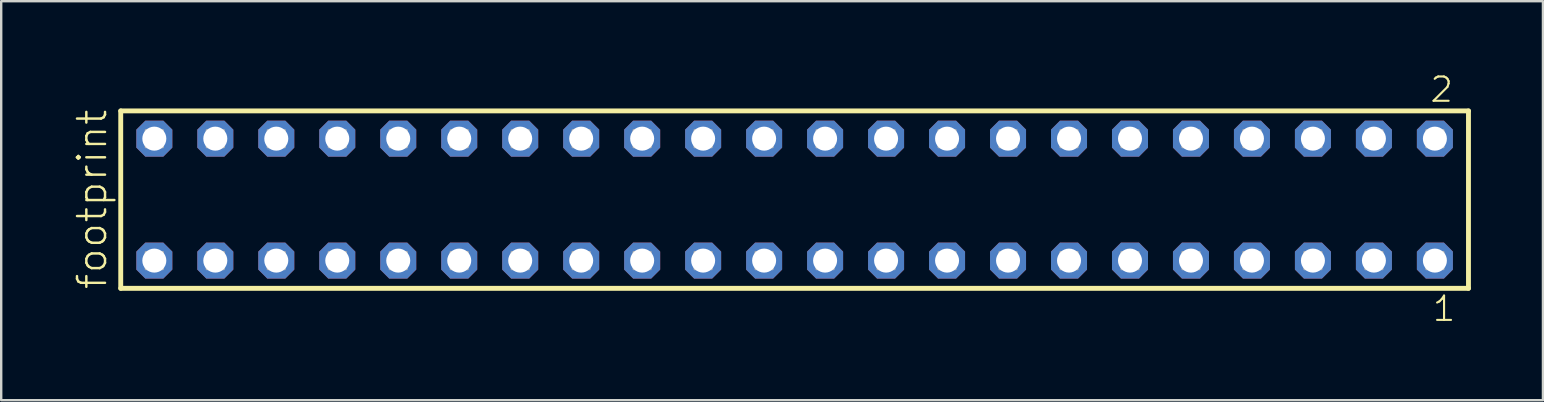
<source format=kicad_pcb>
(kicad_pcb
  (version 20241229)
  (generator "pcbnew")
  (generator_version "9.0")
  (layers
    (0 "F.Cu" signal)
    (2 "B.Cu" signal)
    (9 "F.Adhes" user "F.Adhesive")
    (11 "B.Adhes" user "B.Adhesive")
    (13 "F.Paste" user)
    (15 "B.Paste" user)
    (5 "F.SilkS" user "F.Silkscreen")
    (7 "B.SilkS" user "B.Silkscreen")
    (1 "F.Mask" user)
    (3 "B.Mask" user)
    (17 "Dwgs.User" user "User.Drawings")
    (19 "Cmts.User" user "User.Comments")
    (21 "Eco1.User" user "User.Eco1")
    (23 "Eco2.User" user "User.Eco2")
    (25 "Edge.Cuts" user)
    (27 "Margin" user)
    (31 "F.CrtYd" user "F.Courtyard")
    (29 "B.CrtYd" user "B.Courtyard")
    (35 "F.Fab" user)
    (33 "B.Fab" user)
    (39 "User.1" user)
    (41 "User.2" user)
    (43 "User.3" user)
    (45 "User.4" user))
  (footprint "footprint"
    (layer "F.Cu")
    (at 30.048 5.265)
    (property "Reference" "footprint" (at -28.575 3.81 90) (layer "F.SilkS") (effects (font (size 1.168 1.168) (thickness 0.102)) (justify left bottom)))
    (fp_line (start -28.069 -3.695) (end 28.069 -3.695) (stroke (width 0.203) (type solid)) (layer "F.SilkS"))
    (fp_line (start -28.069 3.695) (end -28.069 -3.695) (stroke (width 0.203) (type solid)) (layer "F.SilkS"))
    (fp_line (start 28.069 -3.695) (end 28.069 3.695) (stroke (width 0.203) (type solid)) (layer "F.SilkS"))
    (fp_line (start 28.069 3.695) (end -28.069 3.695) (stroke (width 0.203) (type solid)) (layer "F.SilkS"))
    (fp_poly (pts (xy -27.02 -2.19) (xy -26.32 -2.19) (xy -26.32 -2.89) (xy -27.02 -2.89)) (stroke (width 0.1) (type solid)) (fill no) (layer "F.Fab"))
    (fp_poly (pts (xy -27.02 2.89) (xy -26.32 2.89) (xy -26.32 2.19) (xy -27.02 2.19)) (stroke (width 0.1) (type solid)) (fill no) (layer "F.Fab"))
    (fp_poly (pts (xy -24.48 -2.19) (xy -23.78 -2.19) (xy -23.78 -2.89) (xy -24.48 -2.89)) (stroke (width 0.1) (type solid)) (fill no) (layer "F.Fab"))
    (fp_poly (pts (xy -24.48 2.89) (xy -23.78 2.89) (xy -23.78 2.19) (xy -24.48 2.19)) (stroke (width 0.1) (type solid)) (fill no) (layer "F.Fab"))
    (fp_poly (pts (xy -21.94 -2.19) (xy -21.24 -2.19) (xy -21.24 -2.89) (xy -21.94 -2.89)) (stroke (width 0.1) (type solid)) (fill no) (layer "F.Fab"))
    (fp_poly (pts (xy -21.94 2.89) (xy -21.24 2.89) (xy -21.24 2.19) (xy -21.94 2.19)) (stroke (width 0.1) (type solid)) (fill no) (layer "F.Fab"))
    (fp_poly (pts (xy -19.4 -2.19) (xy -18.7 -2.19) (xy -18.7 -2.89) (xy -19.4 -2.89)) (stroke (width 0.1) (type solid)) (fill no) (layer "F.Fab"))
    (fp_poly (pts (xy -19.4 2.89) (xy -18.7 2.89) (xy -18.7 2.19) (xy -19.4 2.19)) (stroke (width 0.1) (type solid)) (fill no) (layer "F.Fab"))
    (fp_poly (pts (xy -16.86 -2.19) (xy -16.16 -2.19) (xy -16.16 -2.89) (xy -16.86 -2.89)) (stroke (width 0.1) (type solid)) (fill no) (layer "F.Fab"))
    (fp_poly (pts (xy -16.86 2.89) (xy -16.16 2.89) (xy -16.16 2.19) (xy -16.86 2.19)) (stroke (width 0.1) (type solid)) (fill no) (layer "F.Fab"))
    (fp_poly (pts (xy -14.32 -2.19) (xy -13.62 -2.19) (xy -13.62 -2.89) (xy -14.32 -2.89)) (stroke (width 0.1) (type solid)) (fill no) (layer "F.Fab"))
    (fp_poly (pts (xy -14.32 2.89) (xy -13.62 2.89) (xy -13.62 2.19) (xy -14.32 2.19)) (stroke (width 0.1) (type solid)) (fill no) (layer "F.Fab"))
    (fp_poly (pts (xy -11.78 -2.19) (xy -11.08 -2.19) (xy -11.08 -2.89) (xy -11.78 -2.89)) (stroke (width 0.1) (type solid)) (fill no) (layer "F.Fab"))
    (fp_poly (pts (xy -11.78 2.89) (xy -11.08 2.89) (xy -11.08 2.19) (xy -11.78 2.19)) (stroke (width 0.1) (type solid)) (fill no) (layer "F.Fab"))
    (fp_poly (pts (xy -9.24 -2.19) (xy -8.54 -2.19) (xy -8.54 -2.89) (xy -9.24 -2.89)) (stroke (width 0.1) (type solid)) (fill no) (layer "F.Fab"))
    (fp_poly (pts (xy -9.24 2.89) (xy -8.54 2.89) (xy -8.54 2.19) (xy -9.24 2.19)) (stroke (width 0.1) (type solid)) (fill no) (layer "F.Fab"))
    (fp_poly (pts (xy -6.7 -2.19) (xy -6 -2.19) (xy -6 -2.89) (xy -6.7 -2.89)) (stroke (width 0.1) (type solid)) (fill no) (layer "F.Fab"))
    (fp_poly (pts (xy -6.7 2.89) (xy -6 2.89) (xy -6 2.19) (xy -6.7 2.19)) (stroke (width 0.1) (type solid)) (fill no) (layer "F.Fab"))
    (fp_poly (pts (xy -4.16 -2.19) (xy -3.46 -2.19) (xy -3.46 -2.89) (xy -4.16 -2.89)) (stroke (width 0.1) (type solid)) (fill no) (layer "F.Fab"))
    (fp_poly (pts (xy -4.16 2.89) (xy -3.46 2.89) (xy -3.46 2.19) (xy -4.16 2.19)) (stroke (width 0.1) (type solid)) (fill no) (layer "F.Fab"))
    (fp_poly (pts (xy -1.62 -2.19) (xy -0.92 -2.19) (xy -0.92 -2.89) (xy -1.62 -2.89)) (stroke (width 0.1) (type solid)) (fill no) (layer "F.Fab"))
    (fp_poly (pts (xy -1.62 2.89) (xy -0.92 2.89) (xy -0.92 2.19) (xy -1.62 2.19)) (stroke (width 0.1) (type solid)) (fill no) (layer "F.Fab"))
    (fp_poly (pts (xy 0.92 -2.19) (xy 1.62 -2.19) (xy 1.62 -2.89) (xy 0.92 -2.89)) (stroke (width 0.1) (type solid)) (fill no) (layer "F.Fab"))
    (fp_poly (pts (xy 0.92 2.89) (xy 1.62 2.89) (xy 1.62 2.19) (xy 0.92 2.19)) (stroke (width 0.1) (type solid)) (fill no) (layer "F.Fab"))
    (fp_poly (pts (xy 3.46 -2.19) (xy 4.16 -2.19) (xy 4.16 -2.89) (xy 3.46 -2.89)) (stroke (width 0.1) (type solid)) (fill no) (layer "F.Fab"))
    (fp_poly (pts (xy 3.46 2.89) (xy 4.16 2.89) (xy 4.16 2.19) (xy 3.46 2.19)) (stroke (width 0.1) (type solid)) (fill no) (layer "F.Fab"))
    (fp_poly (pts (xy 6 -2.19) (xy 6.7 -2.19) (xy 6.7 -2.89) (xy 6 -2.89)) (stroke (width 0.1) (type solid)) (fill no) (layer "F.Fab"))
    (fp_poly (pts (xy 6 2.89) (xy 6.7 2.89) (xy 6.7 2.19) (xy 6 2.19)) (stroke (width 0.1) (type solid)) (fill no) (layer "F.Fab"))
    (fp_poly (pts (xy 8.54 -2.19) (xy 9.24 -2.19) (xy 9.24 -2.89) (xy 8.54 -2.89)) (stroke (width 0.1) (type solid)) (fill no) (layer "F.Fab"))
    (fp_poly (pts (xy 8.54 2.89) (xy 9.24 2.89) (xy 9.24 2.19) (xy 8.54 2.19)) (stroke (width 0.1) (type solid)) (fill no) (layer "F.Fab"))
    (fp_poly (pts (xy 11.08 -2.19) (xy 11.78 -2.19) (xy 11.78 -2.89) (xy 11.08 -2.89)) (stroke (width 0.1) (type solid)) (fill no) (layer "F.Fab"))
    (fp_poly (pts (xy 11.08 2.89) (xy 11.78 2.89) (xy 11.78 2.19) (xy 11.08 2.19)) (stroke (width 0.1) (type solid)) (fill no) (layer "F.Fab"))
    (fp_poly (pts (xy 13.62 -2.19) (xy 14.32 -2.19) (xy 14.32 -2.89) (xy 13.62 -2.89)) (stroke (width 0.1) (type solid)) (fill no) (layer "F.Fab"))
    (fp_poly (pts (xy 13.62 2.89) (xy 14.32 2.89) (xy 14.32 2.19) (xy 13.62 2.19)) (stroke (width 0.1) (type solid)) (fill no) (layer "F.Fab"))
    (fp_poly (pts (xy 16.16 -2.19) (xy 16.86 -2.19) (xy 16.86 -2.89) (xy 16.16 -2.89)) (stroke (width 0.1) (type solid)) (fill no) (layer "F.Fab"))
    (fp_poly (pts (xy 16.16 2.89) (xy 16.86 2.89) (xy 16.86 2.19) (xy 16.16 2.19)) (stroke (width 0.1) (type solid)) (fill no) (layer "F.Fab"))
    (fp_poly (pts (xy 18.7 -2.19) (xy 19.4 -2.19) (xy 19.4 -2.89) (xy 18.7 -2.89)) (stroke (width 0.1) (type solid)) (fill no) (layer "F.Fab"))
    (fp_poly (pts (xy 18.7 2.89) (xy 19.4 2.89) (xy 19.4 2.19) (xy 18.7 2.19)) (stroke (width 0.1) (type solid)) (fill no) (layer "F.Fab"))
    (fp_poly (pts (xy 21.24 -2.19) (xy 21.94 -2.19) (xy 21.94 -2.89) (xy 21.24 -2.89)) (stroke (width 0.1) (type solid)) (fill no) (layer "F.Fab"))
    (fp_poly (pts (xy 21.24 2.89) (xy 21.94 2.89) (xy 21.94 2.19) (xy 21.24 2.19)) (stroke (width 0.1) (type solid)) (fill no) (layer "F.Fab"))
    (fp_poly (pts (xy 23.78 -2.19) (xy 24.48 -2.19) (xy 24.48 -2.89) (xy 23.78 -2.89)) (stroke (width 0.1) (type solid)) (fill no) (layer "F.Fab"))
    (fp_poly (pts (xy 23.78 2.89) (xy 24.48 2.89) (xy 24.48 2.19) (xy 23.78 2.19)) (stroke (width 0.1) (type solid)) (fill no) (layer "F.Fab"))
    (fp_poly (pts (xy 26.32 -2.19) (xy 27.02 -2.19) (xy 27.02 -2.89) (xy 26.32 -2.89)) (stroke (width 0.1) (type solid)) (fill no) (layer "F.Fab"))
    (fp_poly (pts (xy 26.32 2.89) (xy 27.02 2.89) (xy 27.02 2.19) (xy 26.32 2.19)) (stroke (width 0.1) (type solid)) (fill no) (layer "F.Fab"))
    (fp_text user "1" (at 26.512 5.138 0) (layer "F.SilkS") (effects (font (size 1.012 1.012) (thickness 0.088)) (justify left bottom)))
    (fp_text user "2" (at 26.412 -3.989 0) (layer "F.SilkS") (effects (font (size 1.012 1.012) (thickness 0.088)) (justify left bottom)))
    (pad "1" thru_hole roundrect (at 26.67 2.54 180) (size 1.5 1.5) (drill 1) (layers "*.Cu" "*.Mask") (roundrect_rratio 0.25) (chamfer_ratio 0.25) (chamfer top_left top_right bottom_left bottom_right))
    (pad "2" thru_hole roundrect (at 26.67 -2.54 180) (size 1.5 1.5) (drill 1) (layers "*.Cu" "*.Mask") (roundrect_rratio 0.25) (chamfer_ratio 0.25) (chamfer top_left top_right bottom_left bottom_right))
    (pad "3" thru_hole roundrect (at 24.13 2.54 180) (size 1.5 1.5) (drill 1) (layers "*.Cu" "*.Mask") (roundrect_rratio 0.25) (chamfer_ratio 0.25) (chamfer top_left top_right bottom_left bottom_right))
    (pad "4" thru_hole roundrect (at 24.13 -2.54 180) (size 1.5 1.5) (drill 1) (layers "*.Cu" "*.Mask") (roundrect_rratio 0.25) (chamfer_ratio 0.25) (chamfer top_left top_right bottom_left bottom_right))
    (pad "5" thru_hole roundrect (at 21.59 2.54 180) (size 1.5 1.5) (drill 1) (layers "*.Cu" "*.Mask") (roundrect_rratio 0.25) (chamfer_ratio 0.25) (chamfer top_left top_right bottom_left bottom_right))
    (pad "6" thru_hole roundrect (at 21.59 -2.54 180) (size 1.5 1.5) (drill 1) (layers "*.Cu" "*.Mask") (roundrect_rratio 0.25) (chamfer_ratio 0.25) (chamfer top_left top_right bottom_left bottom_right))
    (pad "7" thru_hole roundrect (at 19.05 2.54 180) (size 1.5 1.5) (drill 1) (layers "*.Cu" "*.Mask") (roundrect_rratio 0.25) (chamfer_ratio 0.25) (chamfer top_left top_right bottom_left bottom_right))
    (pad "8" thru_hole roundrect (at 19.05 -2.54 180) (size 1.5 1.5) (drill 1) (layers "*.Cu" "*.Mask") (roundrect_rratio 0.25) (chamfer_ratio 0.25) (chamfer top_left top_right bottom_left bottom_right))
    (pad "9" thru_hole roundrect (at 16.51 2.54 180) (size 1.5 1.5) (drill 1) (layers "*.Cu" "*.Mask") (roundrect_rratio 0.25) (chamfer_ratio 0.25) (chamfer top_left top_right bottom_left bottom_right))
    (pad "10" thru_hole roundrect (at 16.51 -2.54 180) (size 1.5 1.5) (drill 1) (layers "*.Cu" "*.Mask") (roundrect_rratio 0.25) (chamfer_ratio 0.25) (chamfer top_left top_right bottom_left bottom_right))
    (pad "11" thru_hole roundrect (at 13.97 2.54 180) (size 1.5 1.5) (drill 1) (layers "*.Cu" "*.Mask") (roundrect_rratio 0.25) (chamfer_ratio 0.25) (chamfer top_left top_right bottom_left bottom_right))
    (pad "12" thru_hole roundrect (at 13.97 -2.54 180) (size 1.5 1.5) (drill 1) (layers "*.Cu" "*.Mask") (roundrect_rratio 0.25) (chamfer_ratio 0.25) (chamfer top_left top_right bottom_left bottom_right))
    (pad "13" thru_hole roundrect (at 11.43 2.54 180) (size 1.5 1.5) (drill 1) (layers "*.Cu" "*.Mask") (roundrect_rratio 0.25) (chamfer_ratio 0.25) (chamfer top_left top_right bottom_left bottom_right))
    (pad "14" thru_hole roundrect (at 11.43 -2.54 180) (size 1.5 1.5) (drill 1) (layers "*.Cu" "*.Mask") (roundrect_rratio 0.25) (chamfer_ratio 0.25) (chamfer top_left top_right bottom_left bottom_right))
    (pad "15" thru_hole roundrect (at 8.89 2.54 180) (size 1.5 1.5) (drill 1) (layers "*.Cu" "*.Mask") (roundrect_rratio 0.25) (chamfer_ratio 0.25) (chamfer top_left top_right bottom_left bottom_right))
    (pad "16" thru_hole roundrect (at 8.89 -2.54 180) (size 1.5 1.5) (drill 1) (layers "*.Cu" "*.Mask") (roundrect_rratio 0.25) (chamfer_ratio 0.25) (chamfer top_left top_right bottom_left bottom_right))
    (pad "17" thru_hole roundrect (at 6.35 2.54 180) (size 1.5 1.5) (drill 1) (layers "*.Cu" "*.Mask") (roundrect_rratio 0.25) (chamfer_ratio 0.25) (chamfer top_left top_right bottom_left bottom_right))
    (pad "18" thru_hole roundrect (at 6.35 -2.54 180) (size 1.5 1.5) (drill 1) (layers "*.Cu" "*.Mask") (roundrect_rratio 0.25) (chamfer_ratio 0.25) (chamfer top_left top_right bottom_left bottom_right))
    (pad "19" thru_hole roundrect (at 3.81 2.54 180) (size 1.5 1.5) (drill 1) (layers "*.Cu" "*.Mask") (roundrect_rratio 0.25) (chamfer_ratio 0.25) (chamfer top_left top_right bottom_left bottom_right))
    (pad "20" thru_hole roundrect (at 3.81 -2.54 180) (size 1.5 1.5) (drill 1) (layers "*.Cu" "*.Mask") (roundrect_rratio 0.25) (chamfer_ratio 0.25) (chamfer top_left top_right bottom_left bottom_right))
    (pad "21" thru_hole roundrect (at 1.27 2.54 180) (size 1.5 1.5) (drill 1) (layers "*.Cu" "*.Mask") (roundrect_rratio 0.25) (chamfer_ratio 0.25) (chamfer top_left top_right bottom_left bottom_right))
    (pad "22" thru_hole roundrect (at 1.27 -2.54 180) (size 1.5 1.5) (drill 1) (layers "*.Cu" "*.Mask") (roundrect_rratio 0.25) (chamfer_ratio 0.25) (chamfer top_left top_right bottom_left bottom_right))
    (pad "23" thru_hole roundrect (at -1.27 2.54 180) (size 1.5 1.5) (drill 1) (layers "*.Cu" "*.Mask") (roundrect_rratio 0.25) (chamfer_ratio 0.25) (chamfer top_left top_right bottom_left bottom_right))
    (pad "24" thru_hole roundrect (at -1.27 -2.54 180) (size 1.5 1.5) (drill 1) (layers "*.Cu" "*.Mask") (roundrect_rratio 0.25) (chamfer_ratio 0.25) (chamfer top_left top_right bottom_left bottom_right))
    (pad "25" thru_hole roundrect (at -3.81 2.54 180) (size 1.5 1.5) (drill 1) (layers "*.Cu" "*.Mask") (roundrect_rratio 0.25) (chamfer_ratio 0.25) (chamfer top_left top_right bottom_left bottom_right))
    (pad "26" thru_hole roundrect (at -3.81 -2.54 180) (size 1.5 1.5) (drill 1) (layers "*.Cu" "*.Mask") (roundrect_rratio 0.25) (chamfer_ratio 0.25) (chamfer top_left top_right bottom_left bottom_right))
    (pad "27" thru_hole roundrect (at -6.35 2.54 180) (size 1.5 1.5) (drill 1) (layers "*.Cu" "*.Mask") (roundrect_rratio 0.25) (chamfer_ratio 0.25) (chamfer top_left top_right bottom_left bottom_right))
    (pad "28" thru_hole roundrect (at -6.35 -2.54 180) (size 1.5 1.5) (drill 1) (layers "*.Cu" "*.Mask") (roundrect_rratio 0.25) (chamfer_ratio 0.25) (chamfer top_left top_right bottom_left bottom_right))
    (pad "29" thru_hole roundrect (at -8.89 2.54 180) (size 1.5 1.5) (drill 1) (layers "*.Cu" "*.Mask") (roundrect_rratio 0.25) (chamfer_ratio 0.25) (chamfer top_left top_right bottom_left bottom_right))
    (pad "30" thru_hole roundrect (at -8.89 -2.54 180) (size 1.5 1.5) (drill 1) (layers "*.Cu" "*.Mask") (roundrect_rratio 0.25) (chamfer_ratio 0.25) (chamfer top_left top_right bottom_left bottom_right))
    (pad "31" thru_hole roundrect (at -11.43 2.54 180) (size 1.5 1.5) (drill 1) (layers "*.Cu" "*.Mask") (roundrect_rratio 0.25) (chamfer_ratio 0.25) (chamfer top_left top_right bottom_left bottom_right))
    (pad "32" thru_hole roundrect (at -11.43 -2.54 180) (size 1.5 1.5) (drill 1) (layers "*.Cu" "*.Mask") (roundrect_rratio 0.25) (chamfer_ratio 0.25) (chamfer top_left top_right bottom_left bottom_right))
    (pad "33" thru_hole roundrect (at -13.97 2.54 180) (size 1.5 1.5) (drill 1) (layers "*.Cu" "*.Mask") (roundrect_rratio 0.25) (chamfer_ratio 0.25) (chamfer top_left top_right bottom_left bottom_right))
    (pad "34" thru_hole roundrect (at -13.97 -2.54 180) (size 1.5 1.5) (drill 1) (layers "*.Cu" "*.Mask") (roundrect_rratio 0.25) (chamfer_ratio 0.25) (chamfer top_left top_right bottom_left bottom_right))
    (pad "35" thru_hole roundrect (at -16.51 2.54 180) (size 1.5 1.5) (drill 1) (layers "*.Cu" "*.Mask") (roundrect_rratio 0.25) (chamfer_ratio 0.25) (chamfer top_left top_right bottom_left bottom_right))
    (pad "36" thru_hole roundrect (at -16.51 -2.54 180) (size 1.5 1.5) (drill 1) (layers "*.Cu" "*.Mask") (roundrect_rratio 0.25) (chamfer_ratio 0.25) (chamfer top_left top_right bottom_left bottom_right))
    (pad "37" thru_hole roundrect (at -19.05 2.54 180) (size 1.5 1.5) (drill 1) (layers "*.Cu" "*.Mask") (roundrect_rratio 0.25) (chamfer_ratio 0.25) (chamfer top_left top_right bottom_left bottom_right))
    (pad "38" thru_hole roundrect (at -19.05 -2.54 180) (size 1.5 1.5) (drill 1) (layers "*.Cu" "*.Mask") (roundrect_rratio 0.25) (chamfer_ratio 0.25) (chamfer top_left top_right bottom_left bottom_right))
    (pad "39" thru_hole roundrect (at -21.59 2.54 180) (size 1.5 1.5) (drill 1) (layers "*.Cu" "*.Mask") (roundrect_rratio 0.25) (chamfer_ratio 0.25) (chamfer top_left top_right bottom_left bottom_right))
    (pad "40" thru_hole roundrect (at -21.59 -2.54 180) (size 1.5 1.5) (drill 1) (layers "*.Cu" "*.Mask") (roundrect_rratio 0.25) (chamfer_ratio 0.25) (chamfer top_left top_right bottom_left bottom_right))
    (pad "41" thru_hole roundrect (at -24.13 2.54 180) (size 1.5 1.5) (drill 1) (layers "*.Cu" "*.Mask") (roundrect_rratio 0.25) (chamfer_ratio 0.25) (chamfer top_left top_right bottom_left bottom_right))
    (pad "42" thru_hole roundrect (at -24.13 -2.54 180) (size 1.5 1.5) (drill 1) (layers "*.Cu" "*.Mask") (roundrect_rratio 0.25) (chamfer_ratio 0.25) (chamfer top_left top_right bottom_left bottom_right))
    (pad "43" thru_hole roundrect (at -26.67 2.54 180) (size 1.5 1.5) (drill 1) (layers "*.Cu" "*.Mask") (roundrect_rratio 0.25) (chamfer_ratio 0.25) (chamfer top_left top_right bottom_left bottom_right))
    (pad "44" thru_hole roundrect (at -26.67 -2.54 180) (size 1.5 1.5) (drill 1) (layers "*.Cu" "*.Mask") (roundrect_rratio 0.25) (chamfer_ratio 0.25) (chamfer top_left top_right bottom_left bottom_right)))
  (gr_rect
    (start -3 -3)
    (end 61.219 13.62)
    (stroke (width 0.1) (type default))
    (fill no)
    (layer "Edge.Cuts")))
</source>
